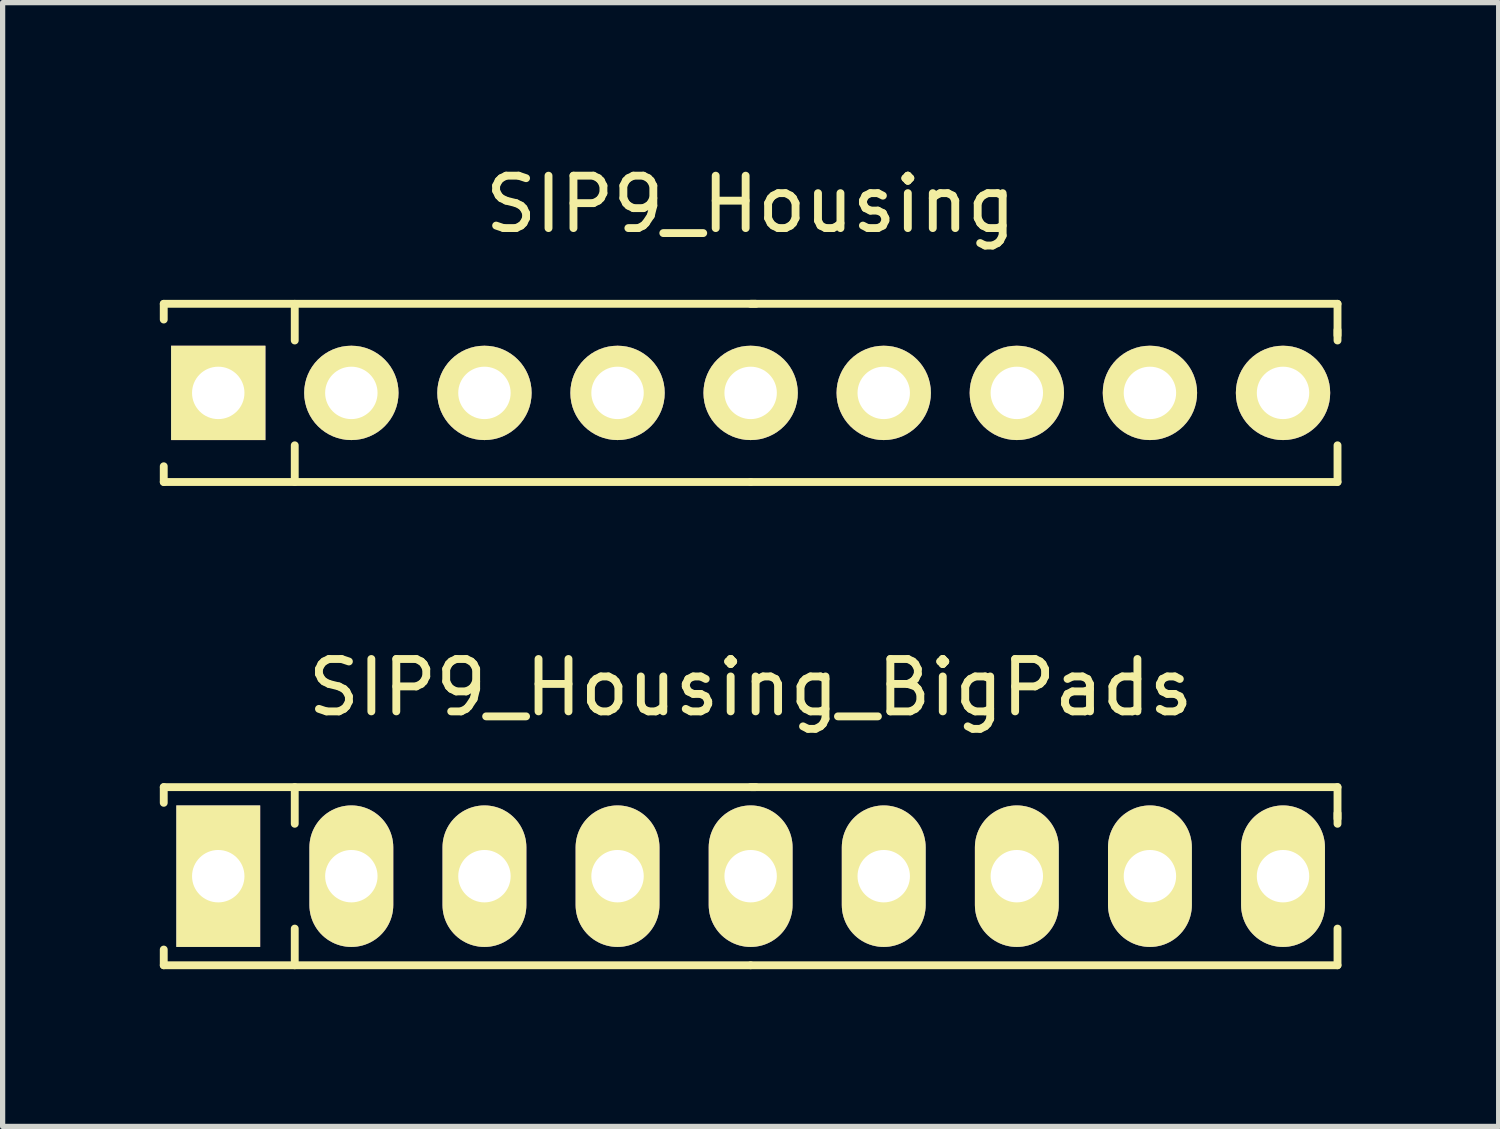
<source format=kicad_pcb>
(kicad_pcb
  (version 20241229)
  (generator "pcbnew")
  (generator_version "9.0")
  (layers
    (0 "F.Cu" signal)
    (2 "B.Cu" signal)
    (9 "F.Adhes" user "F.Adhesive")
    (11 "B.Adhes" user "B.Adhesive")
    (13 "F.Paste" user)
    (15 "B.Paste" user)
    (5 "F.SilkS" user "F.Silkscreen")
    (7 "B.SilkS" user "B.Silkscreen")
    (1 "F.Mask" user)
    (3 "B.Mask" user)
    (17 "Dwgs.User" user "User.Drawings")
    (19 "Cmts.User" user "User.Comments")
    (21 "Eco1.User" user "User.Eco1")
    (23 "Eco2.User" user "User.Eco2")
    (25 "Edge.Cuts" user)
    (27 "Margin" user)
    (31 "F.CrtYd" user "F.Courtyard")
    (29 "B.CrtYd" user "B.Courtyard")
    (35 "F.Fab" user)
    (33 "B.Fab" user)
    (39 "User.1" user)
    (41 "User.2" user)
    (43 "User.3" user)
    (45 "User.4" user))
  (footprint "SIP9_Housing_BigPads"
    (layer "F.Cu")
    (at 11.275 13.671)
    (property "Reference" "SIP9_Housing_BigPads" (at 0 -3.6 0) (layer "F.SilkS") (effects (font (size 1 1) (thickness 0.15))))
    (attr through_hole)
    (fp_line (start -11.2 -1.7) (end -11.2 -1.4) (stroke (width 0.15) (type solid)) (layer "F.SilkS"))
    (fp_line (start -11.2 1.7) (end -11.2 1.4) (stroke (width 0.15) (type solid)) (layer "F.SilkS"))
    (fp_line (start -8.7 -1.7) (end -8.7 -1) (stroke (width 0.15) (type solid)) (layer "F.SilkS"))
    (fp_line (start -8.7 1.7) (end -8.7 1) (stroke (width 0.15) (type solid)) (layer "F.SilkS"))
    (fp_line (start 0 -1.7) (end 11.2 -1.7) (stroke (width 0.15) (type solid)) (layer "F.SilkS"))
    (fp_line (start 0 1.7) (end -11.2 1.7) (stroke (width 0.15) (type solid)) (layer "F.SilkS"))
    (fp_line (start 0 1.7) (end 11.2 1.7) (stroke (width 0.15) (type solid)) (layer "F.SilkS"))
    (fp_line (start 0.1 -1.7) (end -11.2 -1.7) (stroke (width 0.15) (type solid)) (layer "F.SilkS"))
    (fp_line (start 11.2 -1.7) (end 11.2 -1.1) (stroke (width 0.15) (type solid)) (layer "F.SilkS"))
    (fp_line (start 11.2 -1.2) (end 11.2 -1) (stroke (width 0.15) (type solid)) (layer "F.SilkS"))
    (fp_line (start 11.2 1.7) (end 11.2 1) (stroke (width 0.15) (type solid)) (layer "F.SilkS"))
    (pad "1" thru_hole rect (at -10.16 0 90) (size 2.7 1.6) (drill 1) (layers "*.Cu" "*.Mask" "F.SilkS"))
    (pad "2" thru_hole oval (at -7.62 0 90) (size 2.7 1.6) (drill 1) (layers "*.Cu" "*.Mask" "F.SilkS"))
    (pad "3" thru_hole oval (at -5.08 0 90) (size 2.7 1.6) (drill 1) (layers "*.Cu" "*.Mask" "F.SilkS"))
    (pad "4" thru_hole oval (at -2.54 0 90) (size 2.7 1.6) (drill 1) (layers "*.Cu" "*.Mask" "F.SilkS"))
    (pad "5" thru_hole oval (at 0 0 90) (size 2.7 1.6) (drill 1) (layers "*.Cu" "*.Mask" "F.SilkS"))
    (pad "6" thru_hole oval (at 2.54 0 90) (size 2.7 1.6) (drill 1) (layers "*.Cu" "*.Mask" "F.SilkS"))
    (pad "7" thru_hole oval (at 5.08 0 90) (size 2.7 1.6) (drill 1) (layers "*.Cu" "*.Mask" "F.SilkS"))
    (pad "8" thru_hole oval (at 7.62 0 90) (size 2.7 1.6) (drill 1) (layers "*.Cu" "*.Mask" "F.SilkS"))
    (pad "9" thru_hole oval (at 10.16 0 90) (size 2.7 1.6) (drill 1) (layers "*.Cu" "*.Mask" "F.SilkS")))
  (footprint "SIP9_Housing"
    (layer "F.Cu")
    (at 11.275 4.448)
    (property "Reference" "SIP9_Housing" (at 0 -3.6 0) (layer "F.SilkS") (effects (font (size 1 1) (thickness 0.15))))
    (attr through_hole)
    (fp_line (start -11.2 -1.7) (end -11.2 -1.4) (stroke (width 0.15) (type solid)) (layer "F.SilkS"))
    (fp_line (start -11.2 1.7) (end -11.2 1.4) (stroke (width 0.15) (type solid)) (layer "F.SilkS"))
    (fp_line (start -8.7 -1.7) (end -8.7 -1) (stroke (width 0.15) (type solid)) (layer "F.SilkS"))
    (fp_line (start -8.7 1.7) (end -8.7 1) (stroke (width 0.15) (type solid)) (layer "F.SilkS"))
    (fp_line (start 0 -1.7) (end 11.2 -1.7) (stroke (width 0.15) (type solid)) (layer "F.SilkS"))
    (fp_line (start 0 1.7) (end -11.2 1.7) (stroke (width 0.15) (type solid)) (layer "F.SilkS"))
    (fp_line (start 0 1.7) (end 11.2 1.7) (stroke (width 0.15) (type solid)) (layer "F.SilkS"))
    (fp_line (start 0.1 -1.7) (end -11.2 -1.7) (stroke (width 0.15) (type solid)) (layer "F.SilkS"))
    (fp_line (start 11.2 -1.7) (end 11.2 -1.1) (stroke (width 0.15) (type solid)) (layer "F.SilkS"))
    (fp_line (start 11.2 -1.2) (end 11.2 -1) (stroke (width 0.15) (type solid)) (layer "F.SilkS"))
    (fp_line (start 11.2 1.7) (end 11.2 1) (stroke (width 0.15) (type solid)) (layer "F.SilkS"))
    (pad "1" thru_hole rect (at -10.16 0 90) (size 1.8 1.8) (drill 1) (layers "*.Cu" "*.Mask" "F.SilkS"))
    (pad "2" thru_hole circle (at -7.62 0 90) (size 1.8 1.8) (drill 1) (layers "*.Cu" "*.Mask" "F.SilkS"))
    (pad "3" thru_hole circle (at -5.08 0 90) (size 1.8 1.8) (drill 1) (layers "*.Cu" "*.Mask" "F.SilkS"))
    (pad "4" thru_hole circle (at -2.54 0 90) (size 1.8 1.8) (drill 1) (layers "*.Cu" "*.Mask" "F.SilkS"))
    (pad "5" thru_hole circle (at 0 0 90) (size 1.8 1.8) (drill 1) (layers "*.Cu" "*.Mask" "F.SilkS"))
    (pad "6" thru_hole circle (at 2.54 0 90) (size 1.8 1.8) (drill 1) (layers "*.Cu" "*.Mask" "F.SilkS"))
    (pad "7" thru_hole circle (at 5.08 0 90) (size 1.8 1.8) (drill 1) (layers "*.Cu" "*.Mask" "F.SilkS"))
    (pad "8" thru_hole circle (at 7.62 0 90) (size 1.8 1.8) (drill 1) (layers "*.Cu" "*.Mask" "F.SilkS"))
    (pad "9" thru_hole circle (at 10.16 0 90) (size 1.8 1.8) (drill 1) (layers "*.Cu" "*.Mask" "F.SilkS")))
  (gr_rect
    (start -3 -3)
    (end 25.55 18.447)
    (stroke (width 0.1) (type default))
    (fill no)
    (layer "Edge.Cuts")))
</source>
